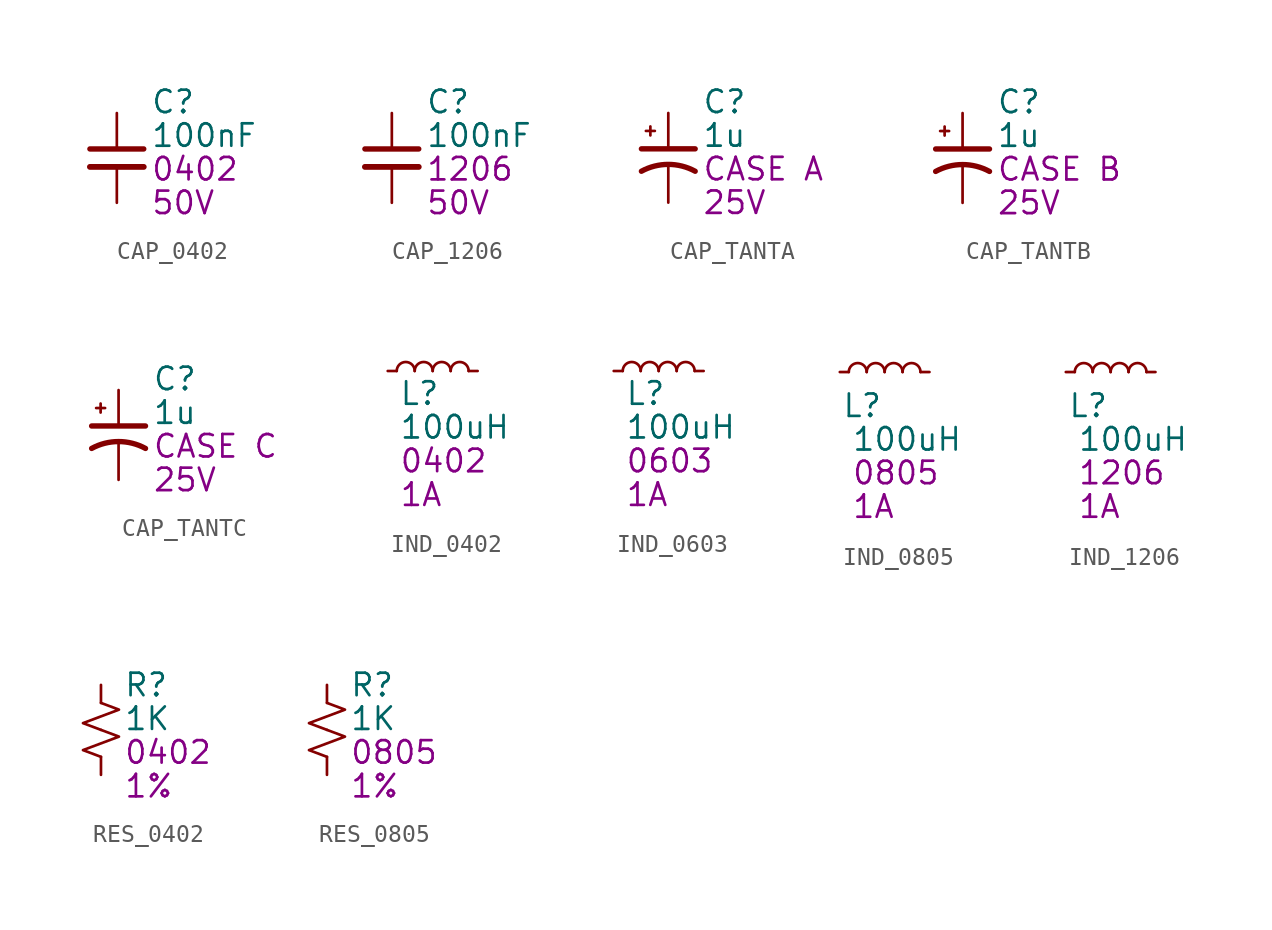
<source format=kicad_sym>
(kicad_symbol_lib
  (version 20231120)
  (generator "kicad_symbol_editor")
  (generator_version "8.0")
  (symbol "CAP_0402"
    (pin_numbers hide)
    (property "Reference" "C"
      (at 1.905 0.635 0)
      (effects (font (size 1.27 1.27)) (justify left)))
    (property "Value" "100nF"
      (at 1.905 -1.27 0)
      (effects (font (size 1.27 1.27)) (justify left)))
    (property "Package" "0402"
      (at 1.905 -3.175 0)
      (effects (font (size 1.27 1.27)) (justify left)))
    (property "Voltage" "50V"
      (at 1.905 -5.08 0)
      (effects (font (size 1.27 1.27)) (justify left)))
    (symbol "CAP_0402_0_1"
      (polyline (pts (xy -1.524 -3.048) (xy 1.524 -3.048)) (stroke (width 0.33) (type default)) (fill (type none)))
      (polyline (pts (xy -1.524 -2.032) (xy 1.524 -2.032)) (stroke (width 0.305) (type default)) (fill (type none))))
    (symbol "CAP_0402_1_1"
      (pin passive line (at 0 0 270) (length 2.032) (name "~" (effects (font (size 1.27 1.27)))) (number "1" (effects (font (size 1.27 1.27)))))
      (pin passive line (at 0 -5.08 90) (length 2.032) (name "~" (effects (font (size 1.27 1.27)))) (number "2" (effects (font (size 1.27 1.27)))))))
  (symbol "CAP_1206"
    (pin_numbers hide)
    (property "Reference" "C"
      (at 1.905 0.635 0)
      (effects (font (size 1.27 1.27)) (justify left)))
    (property "Value" "100nF"
      (at 1.905 -1.27 0)
      (effects (font (size 1.27 1.27)) (justify left)))
    (property "Package" "1206"
      (at 1.905 -3.175 0)
      (effects (font (size 1.27 1.27)) (justify left)))
    (property "Voltage" "50V"
      (at 1.905 -5.08 0)
      (effects (font (size 1.27 1.27)) (justify left)))
    (symbol "CAP_1206_0_1"
      (polyline (pts (xy -1.524 -3.048) (xy 1.524 -3.048)) (stroke (width 0.33) (type default)) (fill (type none)))
      (polyline (pts (xy -1.524 -2.032) (xy 1.524 -2.032)) (stroke (width 0.305) (type default)) (fill (type none))))
    (symbol "CAP_1206_1_1"
      (pin passive line (at 0 0 270) (length 2.032) (name "~" (effects (font (size 1.27 1.27)))) (number "1" (effects (font (size 1.27 1.27)))))
      (pin passive line (at 0 -5.08 90) (length 2.032) (name "~" (effects (font (size 1.27 1.27)))) (number "2" (effects (font (size 1.27 1.27)))))))
  (symbol "CAP_TANTA"
    (pin_numbers hide)
    (pin_names
      (offset 0.254) hide)
    (property "Reference" "C"
      (at 1.905 0.635 0)
      (effects (font (size 1.27 1.27)) (justify left)))
    (property "Value" "1u"
      (at 1.905 -1.27 0)
      (effects (font (size 1.27 1.27)) (justify left)))
    (property "Package" "CASE A"
      (at 1.905 -3.175 0)
      (effects (font (size 1.27 1.27)) (justify left)))
    (property "Voltage" "25V"
      (at 1.905 -5.08 0)
      (effects (font (size 1.27 1.27)) (justify left)))
    (symbol "CAP_TANTA_0_1"
      (polyline (pts (xy -1.524 -2.032) (xy 1.524 -2.032)) (stroke (width 0.305) (type default)) (fill (type none)))
      (polyline (pts (xy -1.27 -1.016) (xy -0.762 -1.016)) (stroke (width 0) (type default)) (fill (type none)))
      (polyline (pts (xy -1.016 -1.27) (xy -1.016 -0.762)) (stroke (width 0) (type default)) (fill (type none)))
      (arc (start 1.524 -3.302) (mid 0 -2.9134) (end -1.524 -3.302) (stroke (width 0.3048) (type default)) (fill (type none))))
    (symbol "CAP_TANTA_1_1"
      (pin passive line (at 0 0 270) (length 2.032) (name "~" (effects (font (size 1.27 1.27)))) (number "1" (effects (font (size 1.27 1.27)))))
      (pin passive line (at 0 -5.08 90) (length 2.032) (name "~" (effects (font (size 1.27 1.27)))) (number "2" (effects (font (size 1.27 1.27)))))))
  (symbol "CAP_TANTB"
    (pin_numbers hide)
    (pin_names
      (offset 0.254) hide)
    (property "Reference" "C"
      (at 1.905 0.635 0)
      (effects (font (size 1.27 1.27)) (justify left)))
    (property "Value" "1u"
      (at 1.905 -1.27 0)
      (effects (font (size 1.27 1.27)) (justify left)))
    (property "Package" "CASE B"
      (at 1.905 -3.175 0)
      (effects (font (size 1.27 1.27)) (justify left)))
    (property "Voltage" "25V"
      (at 1.905 -5.08 0)
      (effects (font (size 1.27 1.27)) (justify left)))
    (symbol "CAP_TANTB_0_1"
      (polyline (pts (xy -1.524 -2.032) (xy 1.524 -2.032)) (stroke (width 0.305) (type default)) (fill (type none)))
      (polyline (pts (xy -1.27 -1.016) (xy -0.762 -1.016)) (stroke (width 0) (type default)) (fill (type none)))
      (polyline (pts (xy -1.016 -1.27) (xy -1.016 -0.762)) (stroke (width 0) (type default)) (fill (type none)))
      (arc (start 1.524 -3.302) (mid 0 -2.9134) (end -1.524 -3.302) (stroke (width 0.3048) (type default)) (fill (type none))))
    (symbol "CAP_TANTB_1_1"
      (pin passive line (at 0 0 270) (length 2.032) (name "~" (effects (font (size 1.27 1.27)))) (number "1" (effects (font (size 1.27 1.27)))))
      (pin passive line (at 0 -5.08 90) (length 2.032) (name "~" (effects (font (size 1.27 1.27)))) (number "2" (effects (font (size 1.27 1.27)))))))
  (symbol "CAP_TANTC"
    (pin_numbers hide)
    (pin_names
      (offset 0.254) hide)
    (property "Reference" "C"
      (at 1.905 0.635 0)
      (effects (font (size 1.27 1.27)) (justify left)))
    (property "Value" "1u"
      (at 1.905 -1.27 0)
      (effects (font (size 1.27 1.27)) (justify left)))
    (property "Package" "CASE C"
      (at 1.905 -3.175 0)
      (effects (font (size 1.27 1.27)) (justify left)))
    (property "Voltage" "25V"
      (at 1.905 -5.08 0)
      (effects (font (size 1.27 1.27)) (justify left)))
    (symbol "CAP_TANTC_0_1"
      (polyline (pts (xy -1.524 -2.032) (xy 1.524 -2.032)) (stroke (width 0.305) (type default)) (fill (type none)))
      (polyline (pts (xy -1.27 -1.016) (xy -0.762 -1.016)) (stroke (width 0) (type default)) (fill (type none)))
      (polyline (pts (xy -1.016 -1.27) (xy -1.016 -0.762)) (stroke (width 0) (type default)) (fill (type none)))
      (arc (start 1.524 -3.302) (mid 0 -2.9134) (end -1.524 -3.302) (stroke (width 0.3048) (type default)) (fill (type none))))
    (symbol "CAP_TANTC_1_1"
      (pin passive line (at 0 0 270) (length 2.032) (name "~" (effects (font (size 1.27 1.27)))) (number "1" (effects (font (size 1.27 1.27)))))
      (pin passive line (at 0 -5.08 90) (length 2.032) (name "~" (effects (font (size 1.27 1.27)))) (number "2" (effects (font (size 1.27 1.27)))))))
  (symbol "IND_0402"
    (pin_numbers hide)
    (property "Reference" "L"
      (at 0.635 -1.27 0)
      (effects (font (size 1.27 1.27)) (justify left)))
    (property "Value" "100uH"
      (at 0.635 -3.175 0)
      (effects (font (size 1.27 1.27)) (justify left)))
    (property "Package" "0402"
      (at 0.635 -5.08 0)
      (effects (font (size 1.27 1.27)) (justify left)))
    (property "Saturation Current" "1A"
      (at 0.635 -6.985 0)
      (effects (font (size 1.27 1.27)) (justify left)))
    (symbol "IND_0402_0_1"
      (arc (start 1.524 0) (mid 1.016 0.5058) (end 0.508 0) (stroke (width 0) (type default)) (fill (type none)))
      (arc (start 2.54 0) (mid 2.032 0.5058) (end 1.524 0) (stroke (width 0) (type default)) (fill (type none)))
      (arc (start 3.556 0) (mid 3.048 0.5058) (end 2.54 0) (stroke (width 0) (type default)) (fill (type none)))
      (arc (start 4.572 0) (mid 4.064 0.5058) (end 3.556 0) (stroke (width 0) (type default)) (fill (type none))))
    (symbol "IND_0402_1_1"
      (pin passive line (at 0 0 0) (length 0.508) (name "~" (effects (font (size 1.27 1.27)))) (number "1" (effects (font (size 1.27 1.27)))))
      (pin passive line (at 5.08 0 180) (length 0.508) (name "~" (effects (font (size 1.27 1.27)))) (number "2" (effects (font (size 1.27 1.27)))))))
  (symbol "IND_0603"
    (pin_numbers hide)
    (property "Reference" "L"
      (at 0.635 -1.27 0)
      (effects (font (size 1.27 1.27)) (justify left)))
    (property "Value" "100uH"
      (at 0.635 -3.175 0)
      (effects (font (size 1.27 1.27)) (justify left)))
    (property "Package" "0603"
      (at 0.635 -5.08 0)
      (effects (font (size 1.27 1.27)) (justify left)))
    (property "Saturation Current" "1A"
      (at 0.635 -6.985 0)
      (effects (font (size 1.27 1.27)) (justify left)))
    (symbol "IND_0603_0_1"
      (arc (start 1.524 0) (mid 1.016 0.5058) (end 0.508 0) (stroke (width 0) (type default)) (fill (type none)))
      (arc (start 2.54 0) (mid 2.032 0.5058) (end 1.524 0) (stroke (width 0) (type default)) (fill (type none)))
      (arc (start 3.556 0) (mid 3.048 0.5058) (end 2.54 0) (stroke (width 0) (type default)) (fill (type none)))
      (arc (start 4.572 0) (mid 4.064 0.5058) (end 3.556 0) (stroke (width 0) (type default)) (fill (type none))))
    (symbol "IND_0603_1_1"
      (pin passive line (at 0 0 0) (length 0.508) (name "~" (effects (font (size 1.27 1.27)))) (number "1" (effects (font (size 1.27 1.27)))))
      (pin passive line (at 5.08 0 180) (length 0.508) (name "~" (effects (font (size 1.27 1.27)))) (number "2" (effects (font (size 1.27 1.27)))))))
  (symbol "IND_0805"
    (pin_numbers hide)
    (property "Reference" "L"
      (at 1.27 -1.905 0)
      (effects (font (size 1.27 1.27))))
    (property "Value" "100uH"
      (at 3.81 -3.81 0)
      (effects (font (size 1.27 1.27))))
    (property "Package" "0805"
      (at 3.175 -5.715 0)
      (effects (font (size 1.27 1.27))))
    (property "Saturation Current" "1A"
      (at 1.905 -7.62 0)
      (effects (font (size 1.27 1.27))))
    (symbol "IND_0805_0_1"
      (arc (start 1.524 0) (mid 1.016 0.5058) (end 0.508 0) (stroke (width 0) (type default)) (fill (type none)))
      (arc (start 2.54 0) (mid 2.032 0.5058) (end 1.524 0) (stroke (width 0) (type default)) (fill (type none)))
      (arc (start 3.556 0) (mid 3.048 0.5058) (end 2.54 0) (stroke (width 0) (type default)) (fill (type none)))
      (arc (start 4.572 0) (mid 4.064 0.5058) (end 3.556 0) (stroke (width 0) (type default)) (fill (type none))))
    (symbol "IND_0805_1_1"
      (pin passive line (at 0 0 0) (length 0.508) (name "~" (effects (font (size 1.27 1.27)))) (number "1" (effects (font (size 1.27 1.27)))))
      (pin passive line (at 5.08 0 180) (length 0.508) (name "~" (effects (font (size 1.27 1.27)))) (number "2" (effects (font (size 1.27 1.27)))))))
  (symbol "IND_1206"
    (pin_numbers hide)
    (property "Reference" "L"
      (at 1.27 -1.905 0)
      (effects (font (size 1.27 1.27))))
    (property "Value" "100uH"
      (at 3.81 -3.81 0)
      (effects (font (size 1.27 1.27))))
    (property "Package" "1206"
      (at 3.175 -5.715 0)
      (effects (font (size 1.27 1.27))))
    (property "Saturation Current" "1A"
      (at 1.905 -7.62 0)
      (effects (font (size 1.27 1.27))))
    (symbol "IND_1206_0_1"
      (arc (start 1.524 0) (mid 1.016 0.5058) (end 0.508 0) (stroke (width 0) (type default)) (fill (type none)))
      (arc (start 2.54 0) (mid 2.032 0.5058) (end 1.524 0) (stroke (width 0) (type default)) (fill (type none)))
      (arc (start 3.556 0) (mid 3.048 0.5058) (end 2.54 0) (stroke (width 0) (type default)) (fill (type none)))
      (arc (start 4.572 0) (mid 4.064 0.5058) (end 3.556 0) (stroke (width 0) (type default)) (fill (type none))))
    (symbol "IND_1206_1_1"
      (pin passive line (at 0 0 0) (length 0.508) (name "~" (effects (font (size 1.27 1.27)))) (number "1" (effects (font (size 1.27 1.27)))))
      (pin passive line (at 5.08 0 180) (length 0.508) (name "~" (effects (font (size 1.27 1.27)))) (number "2" (effects (font (size 1.27 1.27)))))))
  (symbol "RES_0402"
    (pin_numbers hide)
    (property "Reference" "R"
      (at 1.27 0 0)
      (effects (font (size 1.27 1.27)) (justify left)))
    (property "Value" "1K"
      (at 1.27 -1.905 0)
      (effects (font (size 1.27 1.27)) (justify left)))
    (property "Package" "0402"
      (at 1.27 -3.81 0)
      (effects (font (size 1.27 1.27)) (justify left)))
    (property "Tolerance" "1%"
      (at 1.27 -5.715 0)
      (effects (font (size 1.27 1.27)) (justify left)))
    (symbol "RES_0402_1_1"
      (polyline (pts (xy 0 -2.54) (xy 1.016 -2.921) (xy 0 -3.302) (xy -1.016 -3.683) (xy 0 -4.064)) (stroke (width 0) (type default)) (fill (type none)))
      (polyline (pts (xy 0 -1.016) (xy 1.016 -1.397) (xy 0 -1.778) (xy -1.016 -2.159) (xy 0 -2.54)) (stroke (width 0) (type default)) (fill (type none)))
      (pin passive line (at 0 0 270) (length 1.016) (name "~" (effects (font (size 1.27 1.27)))) (number "1" (effects (font (size 1.27 1.27)))))
      (pin passive line (at 0 -5.08 90) (length 1.016) (name "~" (effects (font (size 1.27 1.27)))) (number "2" (effects (font (size 1.27 1.27)))))))
  (symbol "RES_0805"
    (pin_numbers hide)
    (property "Reference" "R"
      (at 1.27 0 0)
      (effects (font (size 1.27 1.27)) (justify left)))
    (property "Value" "1K"
      (at 1.27 -1.905 0)
      (effects (font (size 1.27 1.27)) (justify left)))
    (property "Package" "0805"
      (at 1.27 -3.81 0)
      (effects (font (size 1.27 1.27)) (justify left)))
    (property "Tolerance" "1%"
      (at 1.27 -5.715 0)
      (effects (font (size 1.27 1.27)) (justify left)))
    (symbol "RES_0805_1_1"
      (polyline (pts (xy 0 -2.54) (xy 1.016 -2.921) (xy 0 -3.302) (xy -1.016 -3.683) (xy 0 -4.064)) (stroke (width 0) (type default)) (fill (type none)))
      (polyline (pts (xy 0 -1.016) (xy 1.016 -1.397) (xy 0 -1.778) (xy -1.016 -2.159) (xy 0 -2.54)) (stroke (width 0) (type default)) (fill (type none)))
      (pin passive line (at 0 0 270) (length 1.016) (name "~" (effects (font (size 1.27 1.27)))) (number "1" (effects (font (size 1.27 1.27)))))
      (pin passive line (at 0 -5.08 90) (length 1.016) (name "~" (effects (font (size 1.27 1.27)))) (number "2" (effects (font (size 1.27 1.27))))))))
</source>
